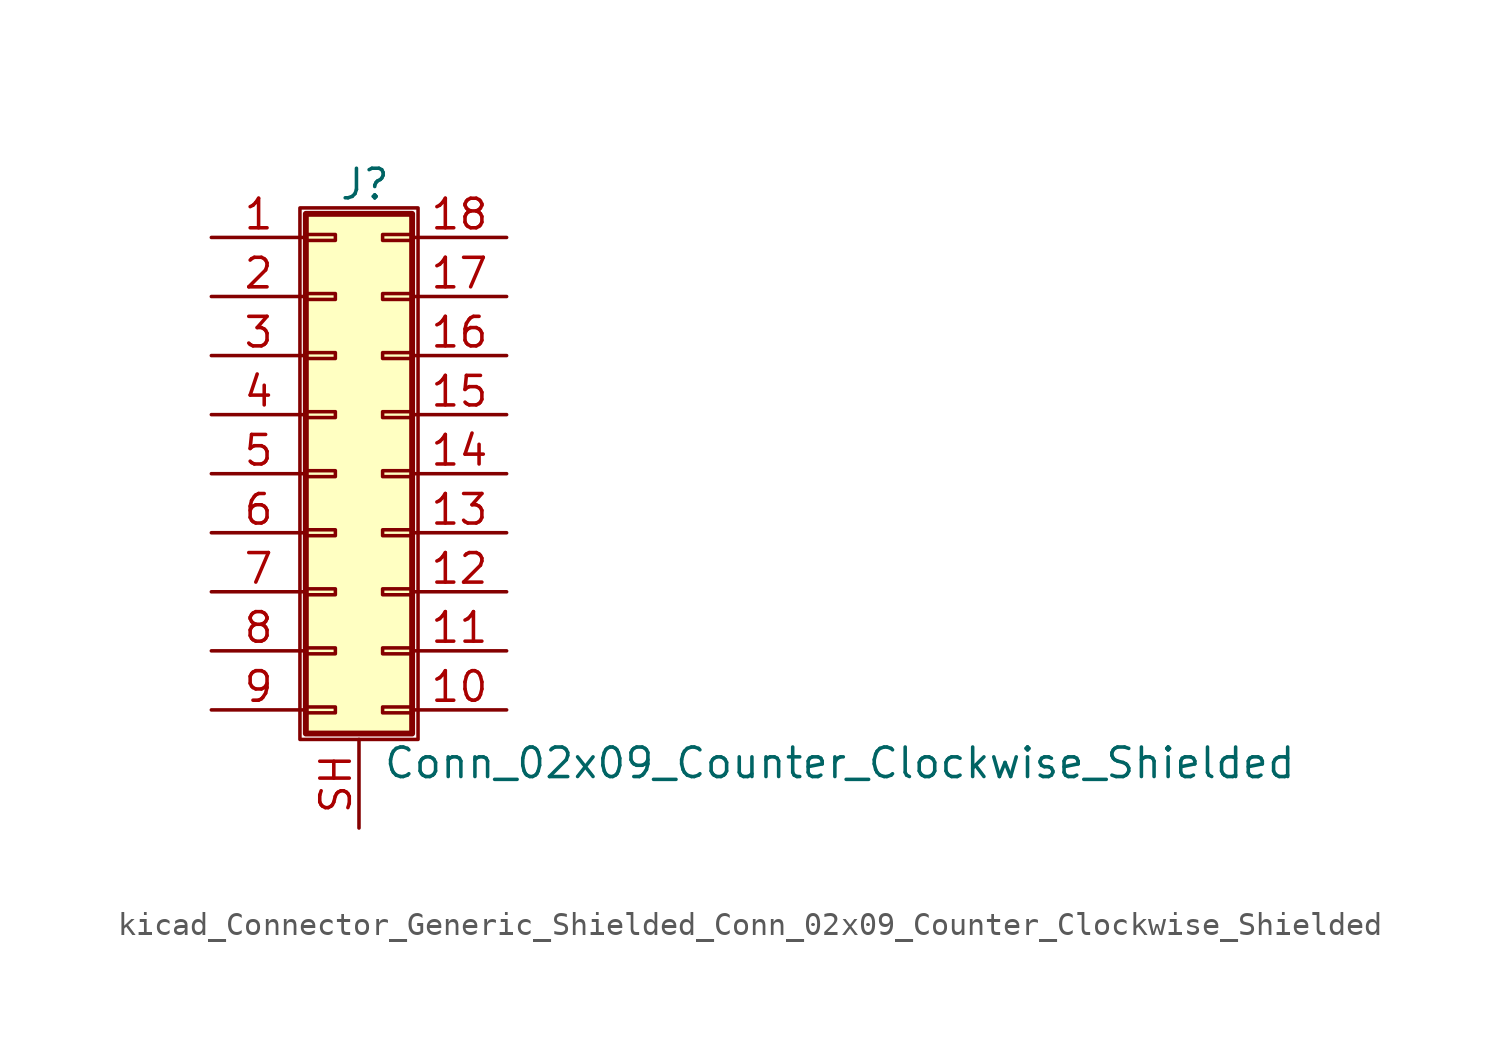
<source format=kicad_sym>
(kicad_symbol_lib
  (version 20220914)
  (generator kicad_symbol_editor)
  (symbol "kicad_Connector_Generic_Shielded_Conn_02x09_Counter_Clockwise_Shielded"
    (pin_names
      (offset 1.016) hide)
    (property "Reference" "J"
      (at 1.524 12.446 0)
      (effects (font (size 1.27 1.27))))
    (property "Value" "Conn_02x09_Counter_Clockwise_Shielded"
      (at 2.286 -12.446 0)
      (effects (font (size 1.27 1.27)) (justify left)))
    (symbol "kicad_Connector_Generic_Shielded_Conn_02x09_Counter_Clockwise_Shielded_1_1"
      (rectangle (start -1.27 11.43) (end 3.81 -11.43) (stroke (width 0.152) (type default)) (fill (type none)))
      (rectangle (start -1.016 -10.033) (end 0.254 -10.287) (stroke (width 0.152) (type default)) (fill (type none)))
      (rectangle (start -1.016 -7.493) (end 0.254 -7.747) (stroke (width 0.152) (type default)) (fill (type none)))
      (rectangle (start -1.016 -4.953) (end 0.254 -5.207) (stroke (width 0.152) (type default)) (fill (type none)))
      (rectangle (start -1.016 -2.413) (end 0.254 -2.667) (stroke (width 0.152) (type default)) (fill (type none)))
      (rectangle (start -1.016 0.127) (end 0.254 -0.127) (stroke (width 0.152) (type default)) (fill (type none)))
      (rectangle (start -1.016 2.667) (end 0.254 2.413) (stroke (width 0.152) (type default)) (fill (type none)))
      (rectangle (start -1.016 5.207) (end 0.254 4.953) (stroke (width 0.152) (type default)) (fill (type none)))
      (rectangle (start -1.016 7.747) (end 0.254 7.493) (stroke (width 0.152) (type default)) (fill (type none)))
      (rectangle (start -1.016 10.287) (end 0.254 10.033) (stroke (width 0.152) (type default)) (fill (type none)))
      (rectangle (start -1.016 11.176) (end 3.556 -11.176) (stroke (width 0.254) (type default)) (fill (type background)))
      (rectangle (start 3.556 -10.033) (end 2.286 -10.287) (stroke (width 0.152) (type default)) (fill (type none)))
      (rectangle (start 3.556 -7.493) (end 2.286 -7.747) (stroke (width 0.152) (type default)) (fill (type none)))
      (rectangle (start 3.556 -4.953) (end 2.286 -5.207) (stroke (width 0.152) (type default)) (fill (type none)))
      (rectangle (start 3.556 -2.413) (end 2.286 -2.667) (stroke (width 0.152) (type default)) (fill (type none)))
      (rectangle (start 3.556 0.127) (end 2.286 -0.127) (stroke (width 0.152) (type default)) (fill (type none)))
      (rectangle (start 3.556 2.667) (end 2.286 2.413) (stroke (width 0.152) (type default)) (fill (type none)))
      (rectangle (start 3.556 5.207) (end 2.286 4.953) (stroke (width 0.152) (type default)) (fill (type none)))
      (rectangle (start 3.556 7.747) (end 2.286 7.493) (stroke (width 0.152) (type default)) (fill (type none)))
      (rectangle (start 3.556 10.287) (end 2.286 10.033) (stroke (width 0.152) (type default)) (fill (type none)))
      (pin passive line (at -5.08 10.16 0) (length 4.064) (name "Pin_1" (effects (font (size 1.27 1.27)))) (number "1" (effects (font (size 1.27 1.27)))))
      (pin passive line (at 7.62 -10.16 180) (length 4.064) (name "Pin_10" (effects (font (size 1.27 1.27)))) (number "10" (effects (font (size 1.27 1.27)))))
      (pin passive line (at 7.62 -7.62 180) (length 4.064) (name "Pin_11" (effects (font (size 1.27 1.27)))) (number "11" (effects (font (size 1.27 1.27)))))
      (pin passive line (at 7.62 -5.08 180) (length 4.064) (name "Pin_12" (effects (font (size 1.27 1.27)))) (number "12" (effects (font (size 1.27 1.27)))))
      (pin passive line (at 7.62 -2.54 180) (length 4.064) (name "Pin_13" (effects (font (size 1.27 1.27)))) (number "13" (effects (font (size 1.27 1.27)))))
      (pin passive line (at 7.62 0 180) (length 4.064) (name "Pin_14" (effects (font (size 1.27 1.27)))) (number "14" (effects (font (size 1.27 1.27)))))
      (pin passive line (at 7.62 2.54 180) (length 4.064) (name "Pin_15" (effects (font (size 1.27 1.27)))) (number "15" (effects (font (size 1.27 1.27)))))
      (pin passive line (at 7.62 5.08 180) (length 4.064) (name "Pin_16" (effects (font (size 1.27 1.27)))) (number "16" (effects (font (size 1.27 1.27)))))
      (pin passive line (at 7.62 7.62 180) (length 4.064) (name "Pin_17" (effects (font (size 1.27 1.27)))) (number "17" (effects (font (size 1.27 1.27)))))
      (pin passive line (at 7.62 10.16 180) (length 4.064) (name "Pin_18" (effects (font (size 1.27 1.27)))) (number "18" (effects (font (size 1.27 1.27)))))
      (pin passive line (at -5.08 7.62 0) (length 4.064) (name "Pin_2" (effects (font (size 1.27 1.27)))) (number "2" (effects (font (size 1.27 1.27)))))
      (pin passive line (at -5.08 5.08 0) (length 4.064) (name "Pin_3" (effects (font (size 1.27 1.27)))) (number "3" (effects (font (size 1.27 1.27)))))
      (pin passive line (at -5.08 2.54 0) (length 4.064) (name "Pin_4" (effects (font (size 1.27 1.27)))) (number "4" (effects (font (size 1.27 1.27)))))
      (pin passive line (at -5.08 0 0) (length 4.064) (name "Pin_5" (effects (font (size 1.27 1.27)))) (number "5" (effects (font (size 1.27 1.27)))))
      (pin passive line (at -5.08 -2.54 0) (length 4.064) (name "Pin_6" (effects (font (size 1.27 1.27)))) (number "6" (effects (font (size 1.27 1.27)))))
      (pin passive line (at -5.08 -5.08 0) (length 4.064) (name "Pin_7" (effects (font (size 1.27 1.27)))) (number "7" (effects (font (size 1.27 1.27)))))
      (pin passive line (at -5.08 -7.62 0) (length 4.064) (name "Pin_8" (effects (font (size 1.27 1.27)))) (number "8" (effects (font (size 1.27 1.27)))))
      (pin passive line (at -5.08 -10.16 0) (length 4.064) (name "Pin_9" (effects (font (size 1.27 1.27)))) (number "9" (effects (font (size 1.27 1.27)))))
      (pin passive line (at 1.27 -15.24 90) (length 3.81) (name "Shield" (effects (font (size 1.27 1.27)))) (number "SH" (effects (font (size 1.27 1.27))))))))
</source>
